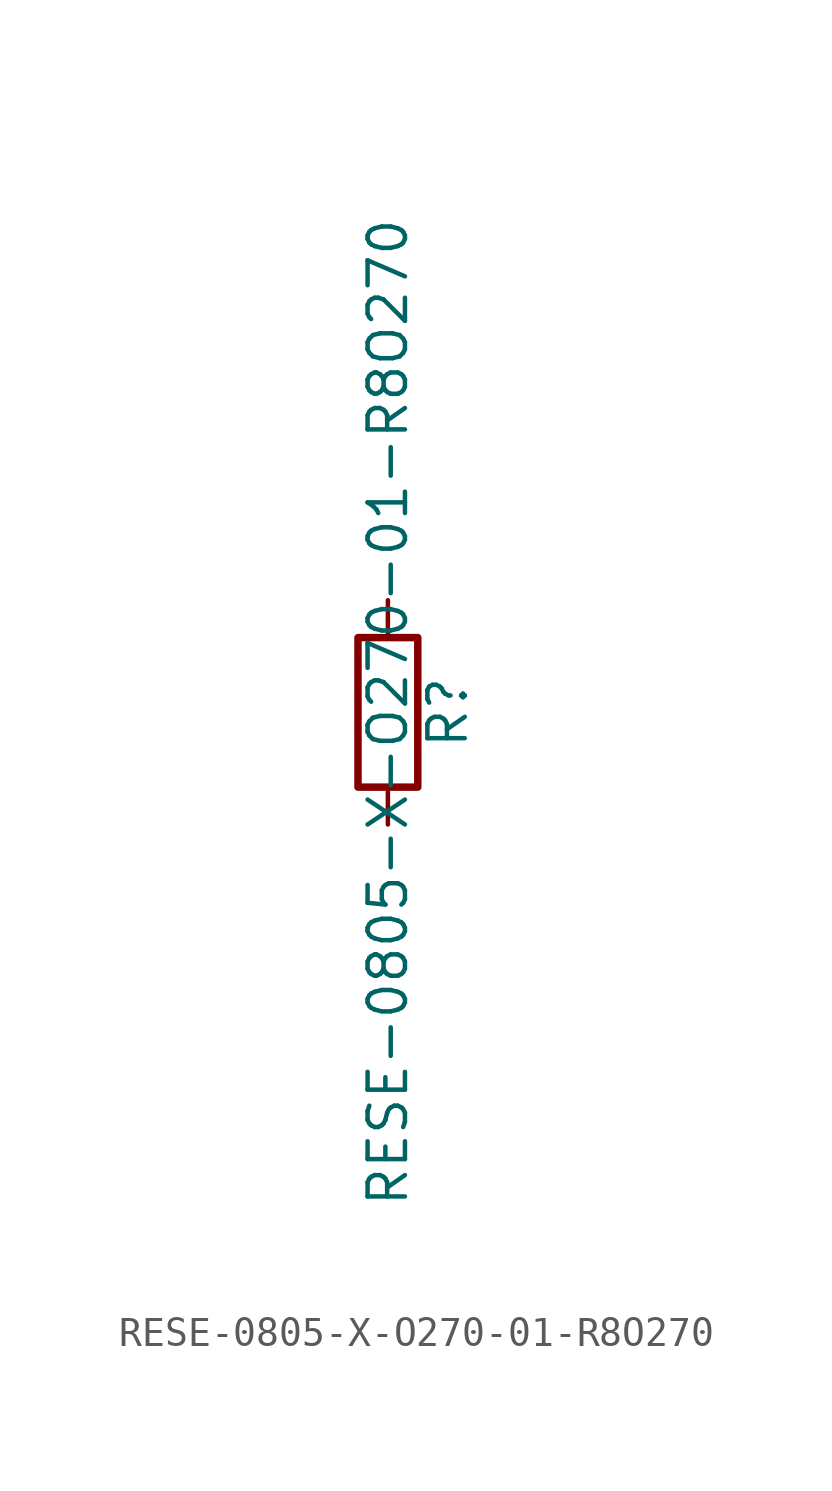
<source format=kicad_sym>
(kicad_symbol_lib
  (version 20211014)
  (generator kicad_symbol_editor)
  (symbol "RESE-0805-X-O270-01-R8O270"
    (pin_numbers hide)
    (pin_names
      (offset 0))
    (property "Reference" "R"
      (at 2.032 0 90)
      (effects (font (size 1.27 1.27))))
    (property "Value" "RESE-0805-X-O270-01-R8O270"
      (at 0 0 90)
      (effects (font (size 1.27 1.27))))
    (symbol "RESE-0805-X-O270-01-R8O270_0_1"
      (rectangle (start -1.016 -2.54) (end 1.016 2.54) (stroke (width 0.254) (type default) (color 0 0 0 0)) (fill (type none))))
    (symbol "RESE-0805-X-O270-01-R8O270_1_1"
      (pin passive line (at 0 3.81 270) (length 1.27) (name "~" (effects (font (size 1.27 1.27)))) (number "1" (effects (font (size 1.27 1.27)))))
      (pin passive line (at 0 -3.81 90) (length 1.27) (name "~" (effects (font (size 1.27 1.27)))) (number "2" (effects (font (size 1.27 1.27))))))))
</source>
